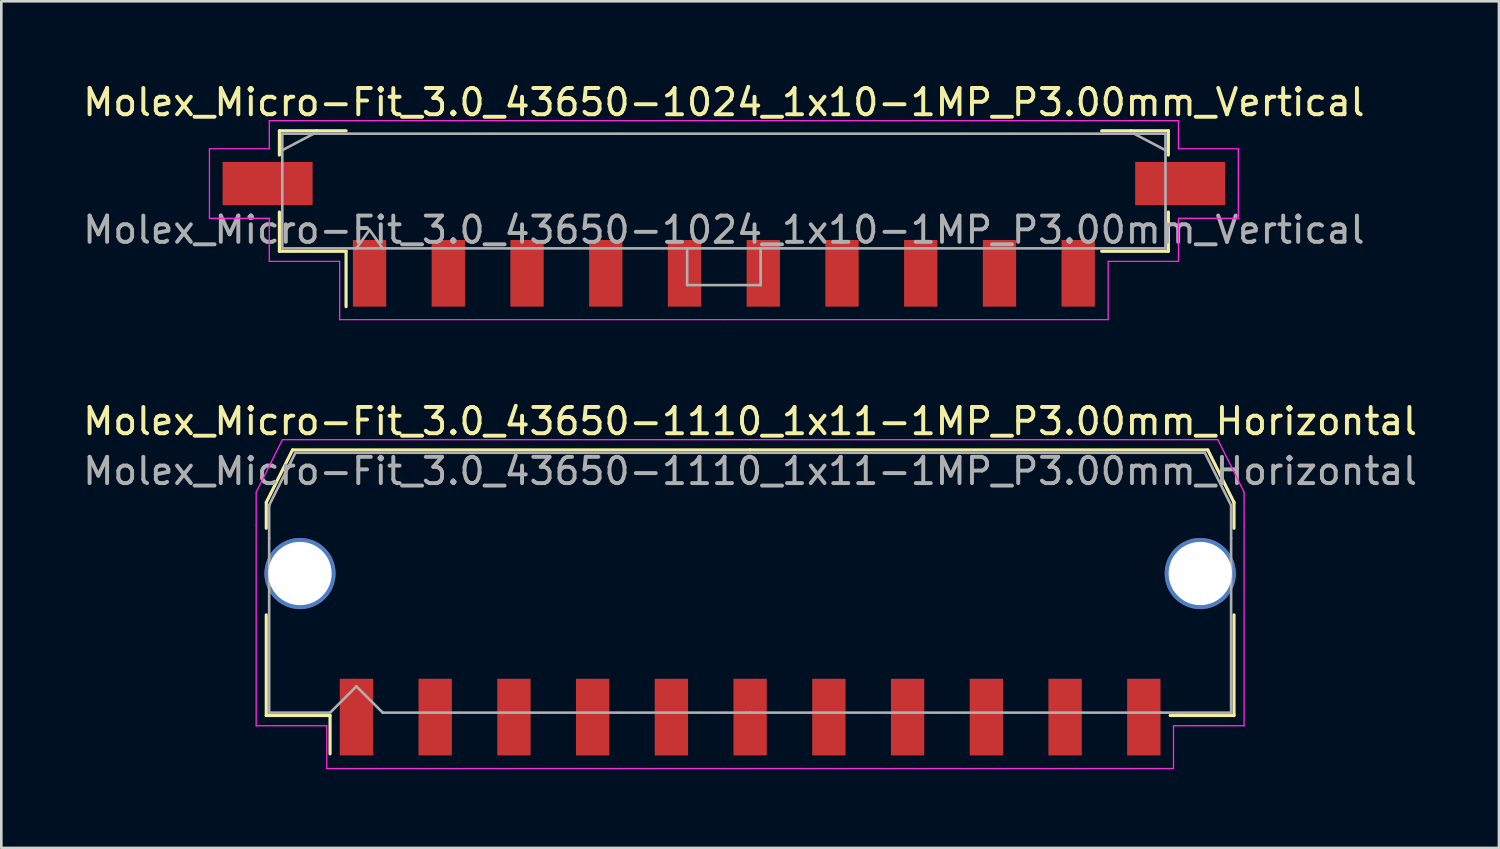
<source format=kicad_pcb>
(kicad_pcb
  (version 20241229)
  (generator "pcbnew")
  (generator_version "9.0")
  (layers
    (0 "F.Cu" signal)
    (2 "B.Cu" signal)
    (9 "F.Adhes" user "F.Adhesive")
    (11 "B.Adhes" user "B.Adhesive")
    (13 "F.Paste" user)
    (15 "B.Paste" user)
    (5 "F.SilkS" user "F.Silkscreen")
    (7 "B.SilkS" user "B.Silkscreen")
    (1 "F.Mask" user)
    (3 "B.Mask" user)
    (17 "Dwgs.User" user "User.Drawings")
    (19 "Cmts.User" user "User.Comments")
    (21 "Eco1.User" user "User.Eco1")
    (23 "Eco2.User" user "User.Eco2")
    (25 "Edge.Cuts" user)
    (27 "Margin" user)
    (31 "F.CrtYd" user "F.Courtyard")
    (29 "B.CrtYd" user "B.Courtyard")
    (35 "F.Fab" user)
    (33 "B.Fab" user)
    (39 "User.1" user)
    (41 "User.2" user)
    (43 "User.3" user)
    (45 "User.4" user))
  (footprint "Molex_Micro-Fit_3.0_43650-1110_1x11-1MP_P3.00mm_Horizontal"
    (layer "F.Cu")
    (at 25.53 19.151)
    (property "Reference" "Molex_Micro-Fit_3.0_43650-1110_1x11-1MP_P3.00mm_Horizontal" (at 0 -6.15 0) (layer "F.SilkS") (effects (font (size 1 1) (thickness 0.15))))
    (attr smd)
    (fp_line (start -18.435 -3.06) (end -18.435 -2.075) (stroke (width 0.12) (type solid)) (layer "F.SilkS"))
    (fp_line (start -18.435 1.225) (end -18.435 5.06) (stroke (width 0.12) (type solid)) (layer "F.SilkS"))
    (fp_line (start -18.435 5.06) (end -16.005 5.06) (stroke (width 0.12) (type solid)) (layer "F.SilkS"))
    (fp_line (start -17.435 -5.06) (end -18.435 -3.06) (stroke (width 0.12) (type solid)) (layer "F.SilkS"))
    (fp_line (start -16.005 5.06) (end -16.005 6.52) (stroke (width 0.12) (type solid)) (layer "F.SilkS"))
    (fp_line (start 0 -5.06) (end -17.435 -5.06) (stroke (width 0.12) (type solid)) (layer "F.SilkS"))
    (fp_line (start 0 -5.06) (end 17.435 -5.06) (stroke (width 0.12) (type solid)) (layer "F.SilkS"))
    (fp_line (start 17.435 -5.06) (end 18.435 -3.06) (stroke (width 0.12) (type solid)) (layer "F.SilkS"))
    (fp_line (start 18.435 -3.06) (end 18.435 -2.075) (stroke (width 0.12) (type solid)) (layer "F.SilkS"))
    (fp_line (start 18.435 1.225) (end 18.435 5.06) (stroke (width 0.12) (type solid)) (layer "F.SilkS"))
    (fp_line (start 18.435 5.06) (end 16.005 5.06) (stroke (width 0.12) (type solid)) (layer "F.SilkS"))
    (fp_line (start -18.82 -3.45) (end -18.82 -2.2) (stroke (width 0.05) (type solid)) (layer "F.CrtYd"))
    (fp_line (start -18.82 -2.2) (end -18.82 5.45) (stroke (width 0.05) (type solid)) (layer "F.CrtYd"))
    (fp_line (start -18.82 5.45) (end -16.13 5.45) (stroke (width 0.05) (type solid)) (layer "F.CrtYd"))
    (fp_line (start -17.82 -5.45) (end -18.82 -3.45) (stroke (width 0.05) (type solid)) (layer "F.CrtYd"))
    (fp_line (start -16.13 5.45) (end -16.13 7.08) (stroke (width 0.05) (type solid)) (layer "F.CrtYd"))
    (fp_line (start -16.13 7.08) (end 0 7.08) (stroke (width 0.05) (type solid)) (layer "F.CrtYd"))
    (fp_line (start 0 -5.45) (end -17.82 -5.45) (stroke (width 0.05) (type solid)) (layer "F.CrtYd"))
    (fp_line (start 0 -5.45) (end 17.82 -5.45) (stroke (width 0.05) (type solid)) (layer "F.CrtYd"))
    (fp_line (start 16.13 5.45) (end 16.13 7.08) (stroke (width 0.05) (type solid)) (layer "F.CrtYd"))
    (fp_line (start 16.13 7.08) (end 0 7.08) (stroke (width 0.05) (type solid)) (layer "F.CrtYd"))
    (fp_line (start 17.82 -5.45) (end 18.82 -3.45) (stroke (width 0.05) (type solid)) (layer "F.CrtYd"))
    (fp_line (start 18.82 -3.45) (end 18.82 -2.2) (stroke (width 0.05) (type solid)) (layer "F.CrtYd"))
    (fp_line (start 18.82 -2.2) (end 18.82 5.45) (stroke (width 0.05) (type solid)) (layer "F.CrtYd"))
    (fp_line (start 18.82 5.45) (end 16.13 5.45) (stroke (width 0.05) (type solid)) (layer "F.CrtYd"))
    (fp_line (start -18.325 -2.95) (end -18.325 -1.705) (stroke (width 0.1) (type solid)) (layer "F.Fab"))
    (fp_line (start -18.325 -1.705) (end -18.325 4.95) (stroke (width 0.1) (type solid)) (layer "F.Fab"))
    (fp_line (start -18.325 4.95) (end -16 4.95) (stroke (width 0.1) (type solid)) (layer "F.Fab"))
    (fp_line (start -17.325 -4.95) (end -18.325 -2.95) (stroke (width 0.1) (type solid)) (layer "F.Fab"))
    (fp_line (start -16 4.95) (end -15 3.95) (stroke (width 0.1) (type solid)) (layer "F.Fab"))
    (fp_line (start -15 3.95) (end -14 4.95) (stroke (width 0.1) (type solid)) (layer "F.Fab"))
    (fp_line (start -14 4.95) (end 0 4.95) (stroke (width 0.1) (type solid)) (layer "F.Fab"))
    (fp_line (start 0 -4.95) (end -17.325 -4.95) (stroke (width 0.1) (type solid)) (layer "F.Fab"))
    (fp_line (start 0 -4.95) (end 17.325 -4.95) (stroke (width 0.1) (type solid)) (layer "F.Fab"))
    (fp_line (start 15.635 4.95) (end 0 4.95) (stroke (width 0.1) (type solid)) (layer "F.Fab"))
    (fp_line (start 17.325 -4.95) (end 18.325 -2.95) (stroke (width 0.1) (type solid)) (layer "F.Fab"))
    (fp_line (start 18.325 -2.95) (end 18.325 -1.705) (stroke (width 0.1) (type solid)) (layer "F.Fab"))
    (fp_line (start 18.325 -1.705) (end 18.325 4.95) (stroke (width 0.1) (type solid)) (layer "F.Fab"))
    (fp_line (start 18.325 4.95) (end 15.635 4.95) (stroke (width 0.1) (type solid)) (layer "F.Fab"))
    (fp_text user "${REFERENCE}" (at 0 -4.25 0) (layer "F.Fab") (effects (font (size 1 1) (thickness 0.15))))
    (pad "1" smd rect (at -15 5.12) (size 1.27 2.92) (layers "F.Cu" "F.Mask" "F.Paste"))
    (pad "2" smd rect (at -12 5.12) (size 1.27 2.92) (layers "F.Cu" "F.Mask" "F.Paste"))
    (pad "3" smd rect (at -9 5.12) (size 1.27 2.92) (layers "F.Cu" "F.Mask" "F.Paste"))
    (pad "4" smd rect (at -6 5.12) (size 1.27 2.92) (layers "F.Cu" "F.Mask" "F.Paste"))
    (pad "5" smd rect (at -3 5.12) (size 1.27 2.92) (layers "F.Cu" "F.Mask" "F.Paste"))
    (pad "6" smd rect (at 0 5.12) (size 1.27 2.92) (layers "F.Cu" "F.Mask" "F.Paste"))
    (pad "7" smd rect (at 3 5.12) (size 1.27 2.92) (layers "F.Cu" "F.Mask" "F.Paste"))
    (pad "8" smd rect (at 6 5.12) (size 1.27 2.92) (layers "F.Cu" "F.Mask" "F.Paste"))
    (pad "9" smd rect (at 9 5.12) (size 1.27 2.92) (layers "F.Cu" "F.Mask" "F.Paste"))
    (pad "10" smd rect (at 12 5.12) (size 1.27 2.92) (layers "F.Cu" "F.Mask" "F.Paste"))
    (pad "11" smd rect (at 15 5.12) (size 1.27 2.92) (layers "F.Cu" "F.Mask" "F.Paste"))
    (pad "MP" thru_hole circle (at -17.15 -0.35) (size 2.71 2.71) (drill 2.41) (layers "*.Cu" "*.Mask"))
    (pad "MP" thru_hole circle (at 17.15 -0.35) (size 2.71 2.71) (drill 2.41) (layers "*.Cu" "*.Mask")))
  (footprint "Molex_Micro-Fit_3.0_43650-1024_1x10-1MP_P3.00mm_Vertical"
    (layer "F.Cu")
    (at 24.53 4.228)
    (property "Reference" "Molex_Micro-Fit_3.0_43650-1024_1x10-1MP_P3.00mm_Vertical" (at 0 -3.38 0) (layer "F.SilkS") (effects (font (size 1 1) (thickness 0.15))))
    (attr smd)
    (fp_line (start -16.935 -2.295) (end -15.515 -2.295) (stroke (width 0.12) (type solid)) (layer "F.SilkS"))
    (fp_line (start -16.935 -1.37) (end -16.935 -2.295) (stroke (width 0.12) (type solid)) (layer "F.SilkS"))
    (fp_line (start -16.935 0.8) (end -16.935 2.295) (stroke (width 0.12) (type solid)) (layer "F.SilkS"))
    (fp_line (start -16.935 2.295) (end -14.395 2.295) (stroke (width 0.12) (type solid)) (layer "F.SilkS"))
    (fp_line (start -15.515 -2.295) (end -15.515 -2.295) (stroke (width 0.12) (type solid)) (layer "F.SilkS"))
    (fp_line (start -15.515 -2.295) (end -14.395 -2.295) (stroke (width 0.12) (type solid)) (layer "F.SilkS"))
    (fp_line (start -14.395 2.295) (end -14.395 4.405) (stroke (width 0.12) (type solid)) (layer "F.SilkS"))
    (fp_line (start 15.515 -2.295) (end 14.395 -2.295) (stroke (width 0.12) (type solid)) (layer "F.SilkS"))
    (fp_line (start 15.515 -2.295) (end 15.515 -2.295) (stroke (width 0.12) (type solid)) (layer "F.SilkS"))
    (fp_line (start 16.935 -2.295) (end 15.515 -2.295) (stroke (width 0.12) (type solid)) (layer "F.SilkS"))
    (fp_line (start 16.935 -1.37) (end 16.935 -2.295) (stroke (width 0.12) (type solid)) (layer "F.SilkS"))
    (fp_line (start 16.935 0.8) (end 16.935 2.295) (stroke (width 0.12) (type solid)) (layer "F.SilkS"))
    (fp_line (start 16.935 2.295) (end 14.395 2.295) (stroke (width 0.12) (type solid)) (layer "F.SilkS"))
    (fp_line (start -19.6 -1.61) (end -19.6 1.04) (stroke (width 0.05) (type solid)) (layer "F.CrtYd"))
    (fp_line (start -19.6 1.04) (end -17.32 1.04) (stroke (width 0.05) (type solid)) (layer "F.CrtYd"))
    (fp_line (start -17.32 -2.68) (end -17.32 -1.61) (stroke (width 0.05) (type solid)) (layer "F.CrtYd"))
    (fp_line (start -17.32 -1.61) (end -19.6 -1.61) (stroke (width 0.05) (type solid)) (layer "F.CrtYd"))
    (fp_line (start -17.32 1.04) (end -17.32 2.68) (stroke (width 0.05) (type solid)) (layer "F.CrtYd"))
    (fp_line (start -17.32 2.68) (end -14.64 2.68) (stroke (width 0.05) (type solid)) (layer "F.CrtYd"))
    (fp_line (start -14.64 -2.68) (end -17.32 -2.68) (stroke (width 0.05) (type solid)) (layer "F.CrtYd"))
    (fp_line (start -14.64 2.68) (end -14.64 4.9) (stroke (width 0.05) (type solid)) (layer "F.CrtYd"))
    (fp_line (start -14.64 4.9) (end 0 4.9) (stroke (width 0.05) (type solid)) (layer "F.CrtYd"))
    (fp_line (start 0 -2.68) (end -14.64 -2.68) (stroke (width 0.05) (type solid)) (layer "F.CrtYd"))
    (fp_line (start 0 -2.68) (end 14.64 -2.68) (stroke (width 0.05) (type solid)) (layer "F.CrtYd"))
    (fp_line (start 14.64 -2.68) (end 17.32 -2.68) (stroke (width 0.05) (type solid)) (layer "F.CrtYd"))
    (fp_line (start 14.64 2.68) (end 14.64 4.9) (stroke (width 0.05) (type solid)) (layer "F.CrtYd"))
    (fp_line (start 14.64 4.9) (end 0 4.9) (stroke (width 0.05) (type solid)) (layer "F.CrtYd"))
    (fp_line (start 17.32 -2.68) (end 17.32 -1.61) (stroke (width 0.05) (type solid)) (layer "F.CrtYd"))
    (fp_line (start 17.32 -1.61) (end 19.6 -1.61) (stroke (width 0.05) (type solid)) (layer "F.CrtYd"))
    (fp_line (start 17.32 1.04) (end 17.32 2.68) (stroke (width 0.05) (type solid)) (layer "F.CrtYd"))
    (fp_line (start 17.32 2.68) (end 14.64 2.68) (stroke (width 0.05) (type solid)) (layer "F.CrtYd"))
    (fp_line (start 19.6 -1.61) (end 19.6 1.04) (stroke (width 0.05) (type solid)) (layer "F.CrtYd"))
    (fp_line (start 19.6 1.04) (end 17.32 1.04) (stroke (width 0.05) (type solid)) (layer "F.CrtYd"))
    (fp_line (start -16.825 -2.185) (end -16.825 2.185) (stroke (width 0.1) (type solid)) (layer "F.Fab"))
    (fp_line (start -16.825 -1.555) (end -15.625 -2.185) (stroke (width 0.1) (type solid)) (layer "F.Fab"))
    (fp_line (start -16.825 2.185) (end 16.825 2.185) (stroke (width 0.1) (type solid)) (layer "F.Fab"))
    (fp_line (start -15.625 -2.185) (end -16.825 -2.185) (stroke (width 0.1) (type solid)) (layer "F.Fab"))
    (fp_line (start -15.625 -2.185) (end -15.625 -2.185) (stroke (width 0.1) (type solid)) (layer "F.Fab"))
    (fp_line (start -14 2.185) (end -13.5 1.478) (stroke (width 0.1) (type solid)) (layer "F.Fab"))
    (fp_line (start -13.5 1.478) (end -13 2.185) (stroke (width 0.1) (type solid)) (layer "F.Fab"))
    (fp_line (start -1.4 2.185) (end -1.4 3.585) (stroke (width 0.1) (type solid)) (layer "F.Fab"))
    (fp_line (start -1.4 3.585) (end 1.4 3.585) (stroke (width 0.1) (type solid)) (layer "F.Fab"))
    (fp_line (start 1.4 3.585) (end 1.4 2.185) (stroke (width 0.1) (type solid)) (layer "F.Fab"))
    (fp_line (start 15.625 -2.185) (end -15.625 -2.185) (stroke (width 0.1) (type solid)) (layer "F.Fab"))
    (fp_line (start 15.625 -2.185) (end 15.625 -2.185) (stroke (width 0.1) (type solid)) (layer "F.Fab"))
    (fp_line (start 16.825 -2.185) (end 15.625 -2.185) (stroke (width 0.1) (type solid)) (layer "F.Fab"))
    (fp_line (start 16.825 -1.555) (end 15.625 -2.185) (stroke (width 0.1) (type solid)) (layer "F.Fab"))
    (fp_line (start 16.825 2.185) (end 16.825 -2.185) (stroke (width 0.1) (type solid)) (layer "F.Fab"))
    (fp_text user "${REFERENCE}" (at 0 1.48 0) (layer "F.Fab") (effects (font (size 1 1) (thickness 0.15))))
    (pad "1" smd rect (at -13.5 3.135) (size 1.27 2.54) (layers "F.Cu" "F.Mask" "F.Paste"))
    (pad "2" smd rect (at -10.5 3.135) (size 1.27 2.54) (layers "F.Cu" "F.Mask" "F.Paste"))
    (pad "3" smd rect (at -7.5 3.135) (size 1.27 2.54) (layers "F.Cu" "F.Mask" "F.Paste"))
    (pad "4" smd rect (at -4.5 3.135) (size 1.27 2.54) (layers "F.Cu" "F.Mask" "F.Paste"))
    (pad "5" smd rect (at -1.5 3.135) (size 1.27 2.54) (layers "F.Cu" "F.Mask" "F.Paste"))
    (pad "6" smd rect (at 1.5 3.135) (size 1.27 2.54) (layers "F.Cu" "F.Mask" "F.Paste"))
    (pad "7" smd rect (at 4.5 3.135) (size 1.27 2.54) (layers "F.Cu" "F.Mask" "F.Paste"))
    (pad "8" smd rect (at 7.5 3.135) (size 1.27 2.54) (layers "F.Cu" "F.Mask" "F.Paste"))
    (pad "9" smd rect (at 10.5 3.135) (size 1.27 2.54) (layers "F.Cu" "F.Mask" "F.Paste"))
    (pad "10" smd rect (at 13.5 3.135) (size 1.27 2.54) (layers "F.Cu" "F.Mask" "F.Paste"))
    (pad "MP" smd rect (at -17.385 -0.285) (size 3.43 1.65) (layers "F.Cu" "F.Mask" "F.Paste"))
    (pad "MP" smd rect (at 17.385 -0.285) (size 3.43 1.65) (layers "F.Cu" "F.Mask" "F.Paste")))
  (gr_rect
    (start -3 -3)
    (end 54.06 29.256)
    (stroke (width 0.1) (type default))
    (fill no)
    (layer "Edge.Cuts")))
</source>
